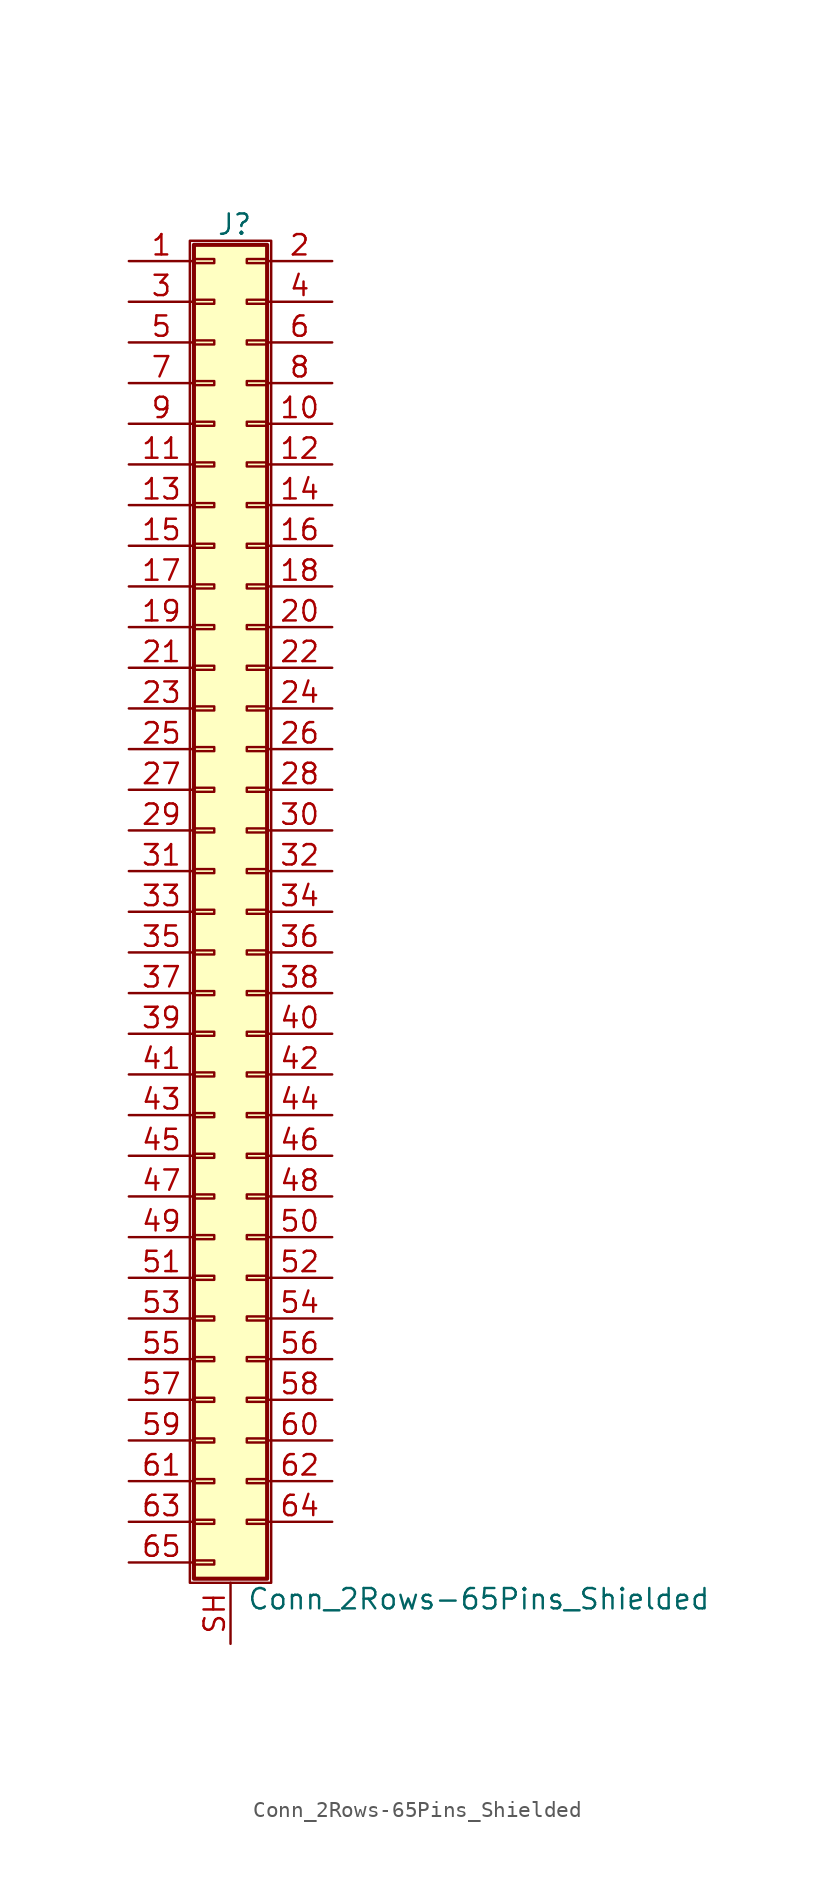
<source format=kicad_sym>
(kicad_symbol_lib
  (version 20200908)
  (generator kicad_symbol_editor)
  (symbol "Connector_Generic_Shielded:Conn_2Rows-65Pins_Shielded"
    (pin_names
      (offset 1.016) hide)
    (property "Reference" "J"
      (at 1.524 42.926 0)
      (effects (font (size 1.27 1.27))))
    (property "Value" "Conn_2Rows-65Pins_Shielded"
      (at 2.286 -42.926 0)
      (effects (font (size 1.27 1.27)) (justify left)))
    (symbol "Conn_2Rows-65Pins_Shielded_1_1"
      (rectangle (start -1.016 -27.813) (end 0.254 -28.067) (stroke (width 0.152)) (fill (type none)))
      (rectangle (start -1.016 -30.353) (end 0.254 -30.607) (stroke (width 0.152)) (fill (type none)))
      (rectangle (start -1.016 -32.893) (end 0.254 -33.147) (stroke (width 0.152)) (fill (type none)))
      (rectangle (start -1.016 -35.433) (end 0.254 -35.687) (stroke (width 0.152)) (fill (type none)))
      (rectangle (start -1.016 -37.973) (end 0.254 -38.227) (stroke (width 0.152)) (fill (type none)))
      (rectangle (start -1.016 -40.513) (end 0.254 -40.767) (stroke (width 0.152)) (fill (type none)))
      (rectangle (start -1.016 -4.953) (end 0.254 -5.207) (stroke (width 0.152)) (fill (type none)))
      (rectangle (start -1.016 -7.493) (end 0.254 -7.747) (stroke (width 0.152)) (fill (type none)))
      (rectangle (start -1.016 -10.033) (end 0.254 -10.287) (stroke (width 0.152)) (fill (type none)))
      (rectangle (start -1.016 -12.573) (end 0.254 -12.827) (stroke (width 0.152)) (fill (type none)))
      (rectangle (start -1.016 -15.113) (end 0.254 -15.367) (stroke (width 0.152)) (fill (type none)))
      (rectangle (start -1.016 -17.653) (end 0.254 -17.907) (stroke (width 0.152)) (fill (type none)))
      (rectangle (start -1.016 -20.193) (end 0.254 -20.447) (stroke (width 0.152)) (fill (type none)))
      (rectangle (start -1.016 -22.733) (end 0.254 -22.987) (stroke (width 0.152)) (fill (type none)))
      (rectangle (start -1.016 -2.413) (end 0.254 -2.667) (stroke (width 0.152)) (fill (type none)))
      (rectangle (start -1.016 -25.273) (end 0.254 -25.527) (stroke (width 0.152)) (fill (type none)))
      (rectangle (start -1.016 25.527) (end 0.254 25.273) (stroke (width 0.152)) (fill (type none)))
      (rectangle (start -1.016 2.667) (end 0.254 2.413) (stroke (width 0.152)) (fill (type none)))
      (rectangle (start -1.016 28.067) (end 0.254 27.813) (stroke (width 0.152)) (fill (type none)))
      (rectangle (start -1.016 30.607) (end 0.254 30.353) (stroke (width 0.152)) (fill (type none)))
      (rectangle (start -1.016 33.147) (end 0.254 32.893) (stroke (width 0.152)) (fill (type none)))
      (rectangle (start -1.016 35.687) (end 0.254 35.433) (stroke (width 0.152)) (fill (type none)))
      (rectangle (start -1.016 38.227) (end 0.254 37.973) (stroke (width 0.152)) (fill (type none)))
      (rectangle (start -1.016 40.767) (end 0.254 40.513) (stroke (width 0.152)) (fill (type none)))
      (rectangle (start -1.016 41.656) (end 3.556 -41.656) (stroke (width 0.254)) (fill (type background)))
      (rectangle (start -1.016 5.207) (end 0.254 4.953) (stroke (width 0.152)) (fill (type none)))
      (rectangle (start -1.016 7.747) (end 0.254 7.493) (stroke (width 0.152)) (fill (type none)))
      (rectangle (start -1.016 10.287) (end 0.254 10.033) (stroke (width 0.152)) (fill (type none)))
      (rectangle (start -1.016 0.127) (end 0.254 -0.127) (stroke (width 0.152)) (fill (type none)))
      (rectangle (start -1.016 12.827) (end 0.254 12.573) (stroke (width 0.152)) (fill (type none)))
      (rectangle (start -1.016 15.367) (end 0.254 15.113) (stroke (width 0.152)) (fill (type none)))
      (rectangle (start -1.016 17.907) (end 0.254 17.653) (stroke (width 0.152)) (fill (type none)))
      (rectangle (start -1.016 20.447) (end 0.254 20.193) (stroke (width 0.152)) (fill (type none)))
      (rectangle (start -1.016 22.987) (end 0.254 22.733) (stroke (width 0.152)) (fill (type none)))
      (rectangle (start -1.27 41.91) (end 3.81 -41.91) (stroke (width 0.152)) (fill (type none)))
      (rectangle (start 3.556 -27.813) (end 2.286 -28.067) (stroke (width 0.152)) (fill (type none)))
      (rectangle (start 3.556 -30.353) (end 2.286 -30.607) (stroke (width 0.152)) (fill (type none)))
      (rectangle (start 3.556 -32.893) (end 2.286 -33.147) (stroke (width 0.152)) (fill (type none)))
      (rectangle (start 3.556 -35.433) (end 2.286 -35.687) (stroke (width 0.152)) (fill (type none)))
      (rectangle (start 3.556 -37.973) (end 2.286 -38.227) (stroke (width 0.152)) (fill (type none)))
      (rectangle (start 3.556 -4.953) (end 2.286 -5.207) (stroke (width 0.152)) (fill (type none)))
      (rectangle (start 3.556 -7.493) (end 2.286 -7.747) (stroke (width 0.152)) (fill (type none)))
      (rectangle (start 3.556 -10.033) (end 2.286 -10.287) (stroke (width 0.152)) (fill (type none)))
      (rectangle (start 3.556 -12.573) (end 2.286 -12.827) (stroke (width 0.152)) (fill (type none)))
      (rectangle (start 3.556 -15.113) (end 2.286 -15.367) (stroke (width 0.152)) (fill (type none)))
      (rectangle (start 3.556 -17.653) (end 2.286 -17.907) (stroke (width 0.152)) (fill (type none)))
      (rectangle (start 3.556 -20.193) (end 2.286 -20.447) (stroke (width 0.152)) (fill (type none)))
      (rectangle (start 3.556 -22.733) (end 2.286 -22.987) (stroke (width 0.152)) (fill (type none)))
      (rectangle (start 3.556 -2.413) (end 2.286 -2.667) (stroke (width 0.152)) (fill (type none)))
      (rectangle (start 3.556 -25.273) (end 2.286 -25.527) (stroke (width 0.152)) (fill (type none)))
      (rectangle (start 3.556 25.527) (end 2.286 25.273) (stroke (width 0.152)) (fill (type none)))
      (rectangle (start 3.556 2.667) (end 2.286 2.413) (stroke (width 0.152)) (fill (type none)))
      (rectangle (start 3.556 28.067) (end 2.286 27.813) (stroke (width 0.152)) (fill (type none)))
      (rectangle (start 3.556 30.607) (end 2.286 30.353) (stroke (width 0.152)) (fill (type none)))
      (rectangle (start 3.556 33.147) (end 2.286 32.893) (stroke (width 0.152)) (fill (type none)))
      (rectangle (start 3.556 35.687) (end 2.286 35.433) (stroke (width 0.152)) (fill (type none)))
      (rectangle (start 3.556 38.227) (end 2.286 37.973) (stroke (width 0.152)) (fill (type none)))
      (rectangle (start 3.556 40.767) (end 2.286 40.513) (stroke (width 0.152)) (fill (type none)))
      (rectangle (start 3.556 5.207) (end 2.286 4.953) (stroke (width 0.152)) (fill (type none)))
      (rectangle (start 3.556 7.747) (end 2.286 7.493) (stroke (width 0.152)) (fill (type none)))
      (rectangle (start 3.556 10.287) (end 2.286 10.033) (stroke (width 0.152)) (fill (type none)))
      (rectangle (start 3.556 0.127) (end 2.286 -0.127) (stroke (width 0.152)) (fill (type none)))
      (rectangle (start 3.556 12.827) (end 2.286 12.573) (stroke (width 0.152)) (fill (type none)))
      (rectangle (start 3.556 15.367) (end 2.286 15.113) (stroke (width 0.152)) (fill (type none)))
      (rectangle (start 3.556 17.907) (end 2.286 17.653) (stroke (width 0.152)) (fill (type none)))
      (rectangle (start 3.556 20.447) (end 2.286 20.193) (stroke (width 0.152)) (fill (type none)))
      (rectangle (start 3.556 22.987) (end 2.286 22.733) (stroke (width 0.152)) (fill (type none)))
      (pin passive line (at -5.08 40.64 0) (length 4.064) (name "Pin_1" (effects (font (size 1.27 1.27)))) (number "1" (effects (font (size 1.27 1.27)))))
      (pin passive line (at 7.62 30.48 180) (length 4.064) (name "Pin_10" (effects (font (size 1.27 1.27)))) (number "10" (effects (font (size 1.27 1.27)))))
      (pin passive line (at -5.08 27.94 0) (length 4.064) (name "Pin_11" (effects (font (size 1.27 1.27)))) (number "11" (effects (font (size 1.27 1.27)))))
      (pin passive line (at 7.62 27.94 180) (length 4.064) (name "Pin_12" (effects (font (size 1.27 1.27)))) (number "12" (effects (font (size 1.27 1.27)))))
      (pin passive line (at -5.08 25.4 0) (length 4.064) (name "Pin_13" (effects (font (size 1.27 1.27)))) (number "13" (effects (font (size 1.27 1.27)))))
      (pin passive line (at 7.62 25.4 180) (length 4.064) (name "Pin_14" (effects (font (size 1.27 1.27)))) (number "14" (effects (font (size 1.27 1.27)))))
      (pin passive line (at -5.08 22.86 0) (length 4.064) (name "Pin_15" (effects (font (size 1.27 1.27)))) (number "15" (effects (font (size 1.27 1.27)))))
      (pin passive line (at 7.62 22.86 180) (length 4.064) (name "Pin_16" (effects (font (size 1.27 1.27)))) (number "16" (effects (font (size 1.27 1.27)))))
      (pin passive line (at -5.08 20.32 0) (length 4.064) (name "Pin_17" (effects (font (size 1.27 1.27)))) (number "17" (effects (font (size 1.27 1.27)))))
      (pin passive line (at 7.62 20.32 180) (length 4.064) (name "Pin_18" (effects (font (size 1.27 1.27)))) (number "18" (effects (font (size 1.27 1.27)))))
      (pin passive line (at -5.08 17.78 0) (length 4.064) (name "Pin_19" (effects (font (size 1.27 1.27)))) (number "19" (effects (font (size 1.27 1.27)))))
      (pin passive line (at 7.62 40.64 180) (length 4.064) (name "Pin_2" (effects (font (size 1.27 1.27)))) (number "2" (effects (font (size 1.27 1.27)))))
      (pin passive line (at 7.62 17.78 180) (length 4.064) (name "Pin_20" (effects (font (size 1.27 1.27)))) (number "20" (effects (font (size 1.27 1.27)))))
      (pin passive line (at -5.08 15.24 0) (length 4.064) (name "Pin_21" (effects (font (size 1.27 1.27)))) (number "21" (effects (font (size 1.27 1.27)))))
      (pin passive line (at 7.62 15.24 180) (length 4.064) (name "Pin_22" (effects (font (size 1.27 1.27)))) (number "22" (effects (font (size 1.27 1.27)))))
      (pin passive line (at -5.08 12.7 0) (length 4.064) (name "Pin_23" (effects (font (size 1.27 1.27)))) (number "23" (effects (font (size 1.27 1.27)))))
      (pin passive line (at 7.62 12.7 180) (length 4.064) (name "Pin_24" (effects (font (size 1.27 1.27)))) (number "24" (effects (font (size 1.27 1.27)))))
      (pin passive line (at -5.08 10.16 0) (length 4.064) (name "Pin_25" (effects (font (size 1.27 1.27)))) (number "25" (effects (font (size 1.27 1.27)))))
      (pin passive line (at 7.62 10.16 180) (length 4.064) (name "Pin_26" (effects (font (size 1.27 1.27)))) (number "26" (effects (font (size 1.27 1.27)))))
      (pin passive line (at -5.08 7.62 0) (length 4.064) (name "Pin_27" (effects (font (size 1.27 1.27)))) (number "27" (effects (font (size 1.27 1.27)))))
      (pin passive line (at 7.62 7.62 180) (length 4.064) (name "Pin_28" (effects (font (size 1.27 1.27)))) (number "28" (effects (font (size 1.27 1.27)))))
      (pin passive line (at -5.08 5.08 0) (length 4.064) (name "Pin_29" (effects (font (size 1.27 1.27)))) (number "29" (effects (font (size 1.27 1.27)))))
      (pin passive line (at -5.08 38.1 0) (length 4.064) (name "Pin_3" (effects (font (size 1.27 1.27)))) (number "3" (effects (font (size 1.27 1.27)))))
      (pin passive line (at 7.62 5.08 180) (length 4.064) (name "Pin_30" (effects (font (size 1.27 1.27)))) (number "30" (effects (font (size 1.27 1.27)))))
      (pin passive line (at -5.08 2.54 0) (length 4.064) (name "Pin_31" (effects (font (size 1.27 1.27)))) (number "31" (effects (font (size 1.27 1.27)))))
      (pin passive line (at 7.62 2.54 180) (length 4.064) (name "Pin_32" (effects (font (size 1.27 1.27)))) (number "32" (effects (font (size 1.27 1.27)))))
      (pin passive line (at -5.08 0 0) (length 4.064) (name "Pin_33" (effects (font (size 1.27 1.27)))) (number "33" (effects (font (size 1.27 1.27)))))
      (pin passive line (at 7.62 0 180) (length 4.064) (name "Pin_34" (effects (font (size 1.27 1.27)))) (number "34" (effects (font (size 1.27 1.27)))))
      (pin passive line (at -5.08 -2.54 0) (length 4.064) (name "Pin_35" (effects (font (size 1.27 1.27)))) (number "35" (effects (font (size 1.27 1.27)))))
      (pin passive line (at 7.62 -2.54 180) (length 4.064) (name "Pin_36" (effects (font (size 1.27 1.27)))) (number "36" (effects (font (size 1.27 1.27)))))
      (pin passive line (at -5.08 -5.08 0) (length 4.064) (name "Pin_37" (effects (font (size 1.27 1.27)))) (number "37" (effects (font (size 1.27 1.27)))))
      (pin passive line (at 7.62 -5.08 180) (length 4.064) (name "Pin_38" (effects (font (size 1.27 1.27)))) (number "38" (effects (font (size 1.27 1.27)))))
      (pin passive line (at -5.08 -7.62 0) (length 4.064) (name "Pin_39" (effects (font (size 1.27 1.27)))) (number "39" (effects (font (size 1.27 1.27)))))
      (pin passive line (at 7.62 38.1 180) (length 4.064) (name "Pin_4" (effects (font (size 1.27 1.27)))) (number "4" (effects (font (size 1.27 1.27)))))
      (pin passive line (at 7.62 -7.62 180) (length 4.064) (name "Pin_40" (effects (font (size 1.27 1.27)))) (number "40" (effects (font (size 1.27 1.27)))))
      (pin passive line (at -5.08 -10.16 0) (length 4.064) (name "Pin_41" (effects (font (size 1.27 1.27)))) (number "41" (effects (font (size 1.27 1.27)))))
      (pin passive line (at 7.62 -10.16 180) (length 4.064) (name "Pin_42" (effects (font (size 1.27 1.27)))) (number "42" (effects (font (size 1.27 1.27)))))
      (pin passive line (at -5.08 -12.7 0) (length 4.064) (name "Pin_43" (effects (font (size 1.27 1.27)))) (number "43" (effects (font (size 1.27 1.27)))))
      (pin passive line (at 7.62 -12.7 180) (length 4.064) (name "Pin_44" (effects (font (size 1.27 1.27)))) (number "44" (effects (font (size 1.27 1.27)))))
      (pin passive line (at -5.08 -15.24 0) (length 4.064) (name "Pin_45" (effects (font (size 1.27 1.27)))) (number "45" (effects (font (size 1.27 1.27)))))
      (pin passive line (at 7.62 -15.24 180) (length 4.064) (name "Pin_46" (effects (font (size 1.27 1.27)))) (number "46" (effects (font (size 1.27 1.27)))))
      (pin passive line (at -5.08 -17.78 0) (length 4.064) (name "Pin_47" (effects (font (size 1.27 1.27)))) (number "47" (effects (font (size 1.27 1.27)))))
      (pin passive line (at 7.62 -17.78 180) (length 4.064) (name "Pin_48" (effects (font (size 1.27 1.27)))) (number "48" (effects (font (size 1.27 1.27)))))
      (pin passive line (at -5.08 -20.32 0) (length 4.064) (name "Pin_49" (effects (font (size 1.27 1.27)))) (number "49" (effects (font (size 1.27 1.27)))))
      (pin passive line (at -5.08 35.56 0) (length 4.064) (name "Pin_5" (effects (font (size 1.27 1.27)))) (number "5" (effects (font (size 1.27 1.27)))))
      (pin passive line (at 7.62 -20.32 180) (length 4.064) (name "Pin_50" (effects (font (size 1.27 1.27)))) (number "50" (effects (font (size 1.27 1.27)))))
      (pin passive line (at -5.08 -22.86 0) (length 4.064) (name "Pin_51" (effects (font (size 1.27 1.27)))) (number "51" (effects (font (size 1.27 1.27)))))
      (pin passive line (at 7.62 -22.86 180) (length 4.064) (name "Pin_52" (effects (font (size 1.27 1.27)))) (number "52" (effects (font (size 1.27 1.27)))))
      (pin passive line (at -5.08 -25.4 0) (length 4.064) (name "Pin_53" (effects (font (size 1.27 1.27)))) (number "53" (effects (font (size 1.27 1.27)))))
      (pin passive line (at 7.62 -25.4 180) (length 4.064) (name "Pin_54" (effects (font (size 1.27 1.27)))) (number "54" (effects (font (size 1.27 1.27)))))
      (pin passive line (at -5.08 -27.94 0) (length 4.064) (name "Pin_55" (effects (font (size 1.27 1.27)))) (number "55" (effects (font (size 1.27 1.27)))))
      (pin passive line (at 7.62 -27.94 180) (length 4.064) (name "Pin_56" (effects (font (size 1.27 1.27)))) (number "56" (effects (font (size 1.27 1.27)))))
      (pin passive line (at -5.08 -30.48 0) (length 4.064) (name "Pin_57" (effects (font (size 1.27 1.27)))) (number "57" (effects (font (size 1.27 1.27)))))
      (pin passive line (at 7.62 -30.48 180) (length 4.064) (name "Pin_58" (effects (font (size 1.27 1.27)))) (number "58" (effects (font (size 1.27 1.27)))))
      (pin passive line (at -5.08 -33.02 0) (length 4.064) (name "Pin_59" (effects (font (size 1.27 1.27)))) (number "59" (effects (font (size 1.27 1.27)))))
      (pin passive line (at 7.62 35.56 180) (length 4.064) (name "Pin_6" (effects (font (size 1.27 1.27)))) (number "6" (effects (font (size 1.27 1.27)))))
      (pin passive line (at 7.62 -33.02 180) (length 4.064) (name "Pin_60" (effects (font (size 1.27 1.27)))) (number "60" (effects (font (size 1.27 1.27)))))
      (pin passive line (at -5.08 -35.56 0) (length 4.064) (name "Pin_61" (effects (font (size 1.27 1.27)))) (number "61" (effects (font (size 1.27 1.27)))))
      (pin passive line (at 7.62 -35.56 180) (length 4.064) (name "Pin_62" (effects (font (size 1.27 1.27)))) (number "62" (effects (font (size 1.27 1.27)))))
      (pin passive line (at -5.08 -38.1 0) (length 4.064) (name "Pin_63" (effects (font (size 1.27 1.27)))) (number "63" (effects (font (size 1.27 1.27)))))
      (pin passive line (at 7.62 -38.1 180) (length 4.064) (name "Pin_64" (effects (font (size 1.27 1.27)))) (number "64" (effects (font (size 1.27 1.27)))))
      (pin passive line (at -5.08 -40.64 0) (length 4.064) (name "Pin_65" (effects (font (size 1.27 1.27)))) (number "65" (effects (font (size 1.27 1.27)))))
      (pin passive line (at -5.08 33.02 0) (length 4.064) (name "Pin_7" (effects (font (size 1.27 1.27)))) (number "7" (effects (font (size 1.27 1.27)))))
      (pin passive line (at 7.62 33.02 180) (length 4.064) (name "Pin_8" (effects (font (size 1.27 1.27)))) (number "8" (effects (font (size 1.27 1.27)))))
      (pin passive line (at -5.08 30.48 0) (length 4.064) (name "Pin_9" (effects (font (size 1.27 1.27)))) (number "9" (effects (font (size 1.27 1.27)))))
      (pin passive line (at 1.27 -45.72 90) (length 3.81) (name "Shield" (effects (font (size 1.27 1.27)))) (number "SH" (effects (font (size 1.27 1.27))))))))
</source>
